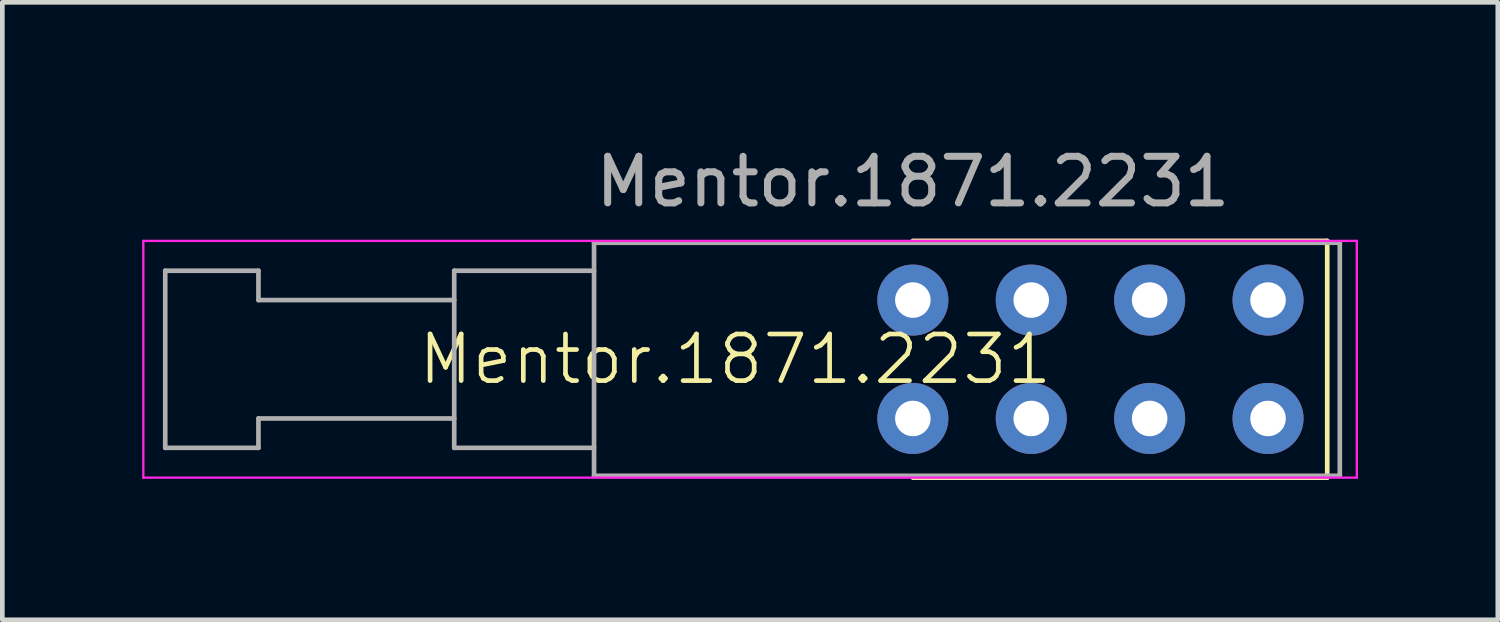
<source format=kicad_pcb>
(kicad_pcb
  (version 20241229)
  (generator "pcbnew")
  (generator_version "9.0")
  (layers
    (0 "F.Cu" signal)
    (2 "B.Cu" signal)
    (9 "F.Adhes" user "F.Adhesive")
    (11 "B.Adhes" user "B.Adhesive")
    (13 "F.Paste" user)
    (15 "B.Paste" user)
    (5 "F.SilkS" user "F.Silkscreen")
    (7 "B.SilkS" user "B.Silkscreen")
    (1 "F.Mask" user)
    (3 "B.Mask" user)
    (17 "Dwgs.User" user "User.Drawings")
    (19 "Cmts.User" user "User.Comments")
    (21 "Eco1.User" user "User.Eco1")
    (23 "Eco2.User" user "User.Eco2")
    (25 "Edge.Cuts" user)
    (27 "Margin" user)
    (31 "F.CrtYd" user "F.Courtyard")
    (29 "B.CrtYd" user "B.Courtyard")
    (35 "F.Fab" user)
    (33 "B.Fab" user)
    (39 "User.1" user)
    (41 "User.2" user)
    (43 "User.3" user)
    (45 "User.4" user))
  (footprint "Mentor.1871.2231"
    (layer "F.Cu")
    (at 16.535 4.658)
    (property "Reference" "Mentor.1871.2231" (at -3.81 0 0) (unlocked yes) (layer "F.SilkS") (effects (font (size 1 1) (thickness 0.1))))
    (attr through_hole)
    (fp_line (start 0 -2.54) (end 8.89 -2.54) (stroke (width 0.1) (type default)) (layer "F.SilkS"))
    (fp_line (start 8.89 -2.54) (end 8.89 2.54) (stroke (width 0.1) (type default)) (layer "F.SilkS"))
    (fp_line (start 8.89 2.54) (end 0 2.54) (stroke (width 0.1) (type default)) (layer "F.SilkS"))
    (fp_line (start -16.51 -2.54) (end 9.525 -2.54) (stroke (width 0.05) (type default)) (layer "F.CrtYd"))
    (fp_line (start -16.51 2.54) (end -16.51 -2.54) (stroke (width 0.05) (type default)) (layer "F.CrtYd"))
    (fp_line (start 9.525 -2.54) (end 9.525 2.54) (stroke (width 0.05) (type default)) (layer "F.CrtYd"))
    (fp_line (start 9.525 2.54) (end -16.51 2.54) (stroke (width 0.05) (type default)) (layer "F.CrtYd"))
    (fp_line (start -16.04 -1.9) (end -16.04 1.9) (stroke (width 0.1) (type default)) (layer "F.Fab"))
    (fp_line (start -16.04 1.9) (end -14.04 1.9) (stroke (width 0.1) (type default)) (layer "F.Fab"))
    (fp_line (start -14.04 -1.9) (end -16.04 -1.9) (stroke (width 0.1) (type default)) (layer "F.Fab"))
    (fp_line (start -14.04 -1.27) (end -14.04 -1.9) (stroke (width 0.1) (type default)) (layer "F.Fab"))
    (fp_line (start -14.04 1.27) (end -9.84 1.27) (stroke (width 0.1) (type default)) (layer "F.Fab"))
    (fp_line (start -14.04 1.9) (end -14.04 1.27) (stroke (width 0.1) (type default)) (layer "F.Fab"))
    (fp_line (start -9.84 -1.9) (end -9.84 1.9) (stroke (width 0.1) (type default)) (layer "F.Fab"))
    (fp_line (start -9.84 -1.27) (end -14.04 -1.27) (stroke (width 0.1) (type default)) (layer "F.Fab"))
    (fp_line (start -9.84 1.9) (end -6.84 1.9) (stroke (width 0.1) (type default)) (layer "F.Fab"))
    (fp_line (start -6.84 -2.5) (end 9.16 -2.5) (stroke (width 0.1) (type default)) (layer "F.Fab"))
    (fp_line (start -6.84 -1.9) (end -9.84 -1.9) (stroke (width 0.1) (type default)) (layer "F.Fab"))
    (fp_line (start -6.84 2.5) (end -6.84 -2.5) (stroke (width 0.1) (type default)) (layer "F.Fab"))
    (fp_line (start 9.16 -2.5) (end 9.16 2.5) (stroke (width 0.1) (type default)) (layer "F.Fab"))
    (fp_line (start 9.16 2.5) (end -6.84 2.5) (stroke (width 0.1) (type default)) (layer "F.Fab"))
    (fp_text user "${REFERENCE}" (at 0 -3.81 0) (unlocked yes) (layer "F.Fab") (effects (font (size 1 1) (thickness 0.15))))
    (pad "L1A" thru_hole circle (at 2.54 -1.27) (size 1.524 1.524) (drill 0.762) (layers "*.Cu" "*.Mask"))
    (pad "L1C" thru_hole circle (at 0 -1.27) (size 1.524 1.524) (drill 0.762) (layers "*.Cu" "*.Mask"))
    (pad "L2A" thru_hole circle (at 2.54 1.27) (size 1.524 1.524) (drill 0.762) (layers "*.Cu" "*.Mask"))
    (pad "L2C" thru_hole circle (at 0 1.27) (size 1.524 1.524) (drill 0.762) (layers "*.Cu" "*.Mask"))
    (pad "S1A" thru_hole circle (at 5.08 -1.27) (size 1.524 1.524) (drill 0.762) (layers "*.Cu" "*.Mask"))
    (pad "S1B" thru_hole circle (at 5.08 1.27) (size 1.524 1.524) (drill 0.762) (layers "*.Cu" "*.Mask"))
    (pad "S2A" thru_hole circle (at 7.62 -1.27) (size 1.524 1.524) (drill 0.762) (layers "*.Cu" "*.Mask"))
    (pad "S2B" thru_hole circle (at 7.62 1.27) (size 1.524 1.524) (drill 0.762) (layers "*.Cu" "*.Mask")))
  (gr_rect
    (start -3 -3)
    (end 29.085 10.248)
    (stroke (width 0.1) (type default))
    (fill no)
    (layer "Edge.Cuts")))
</source>
